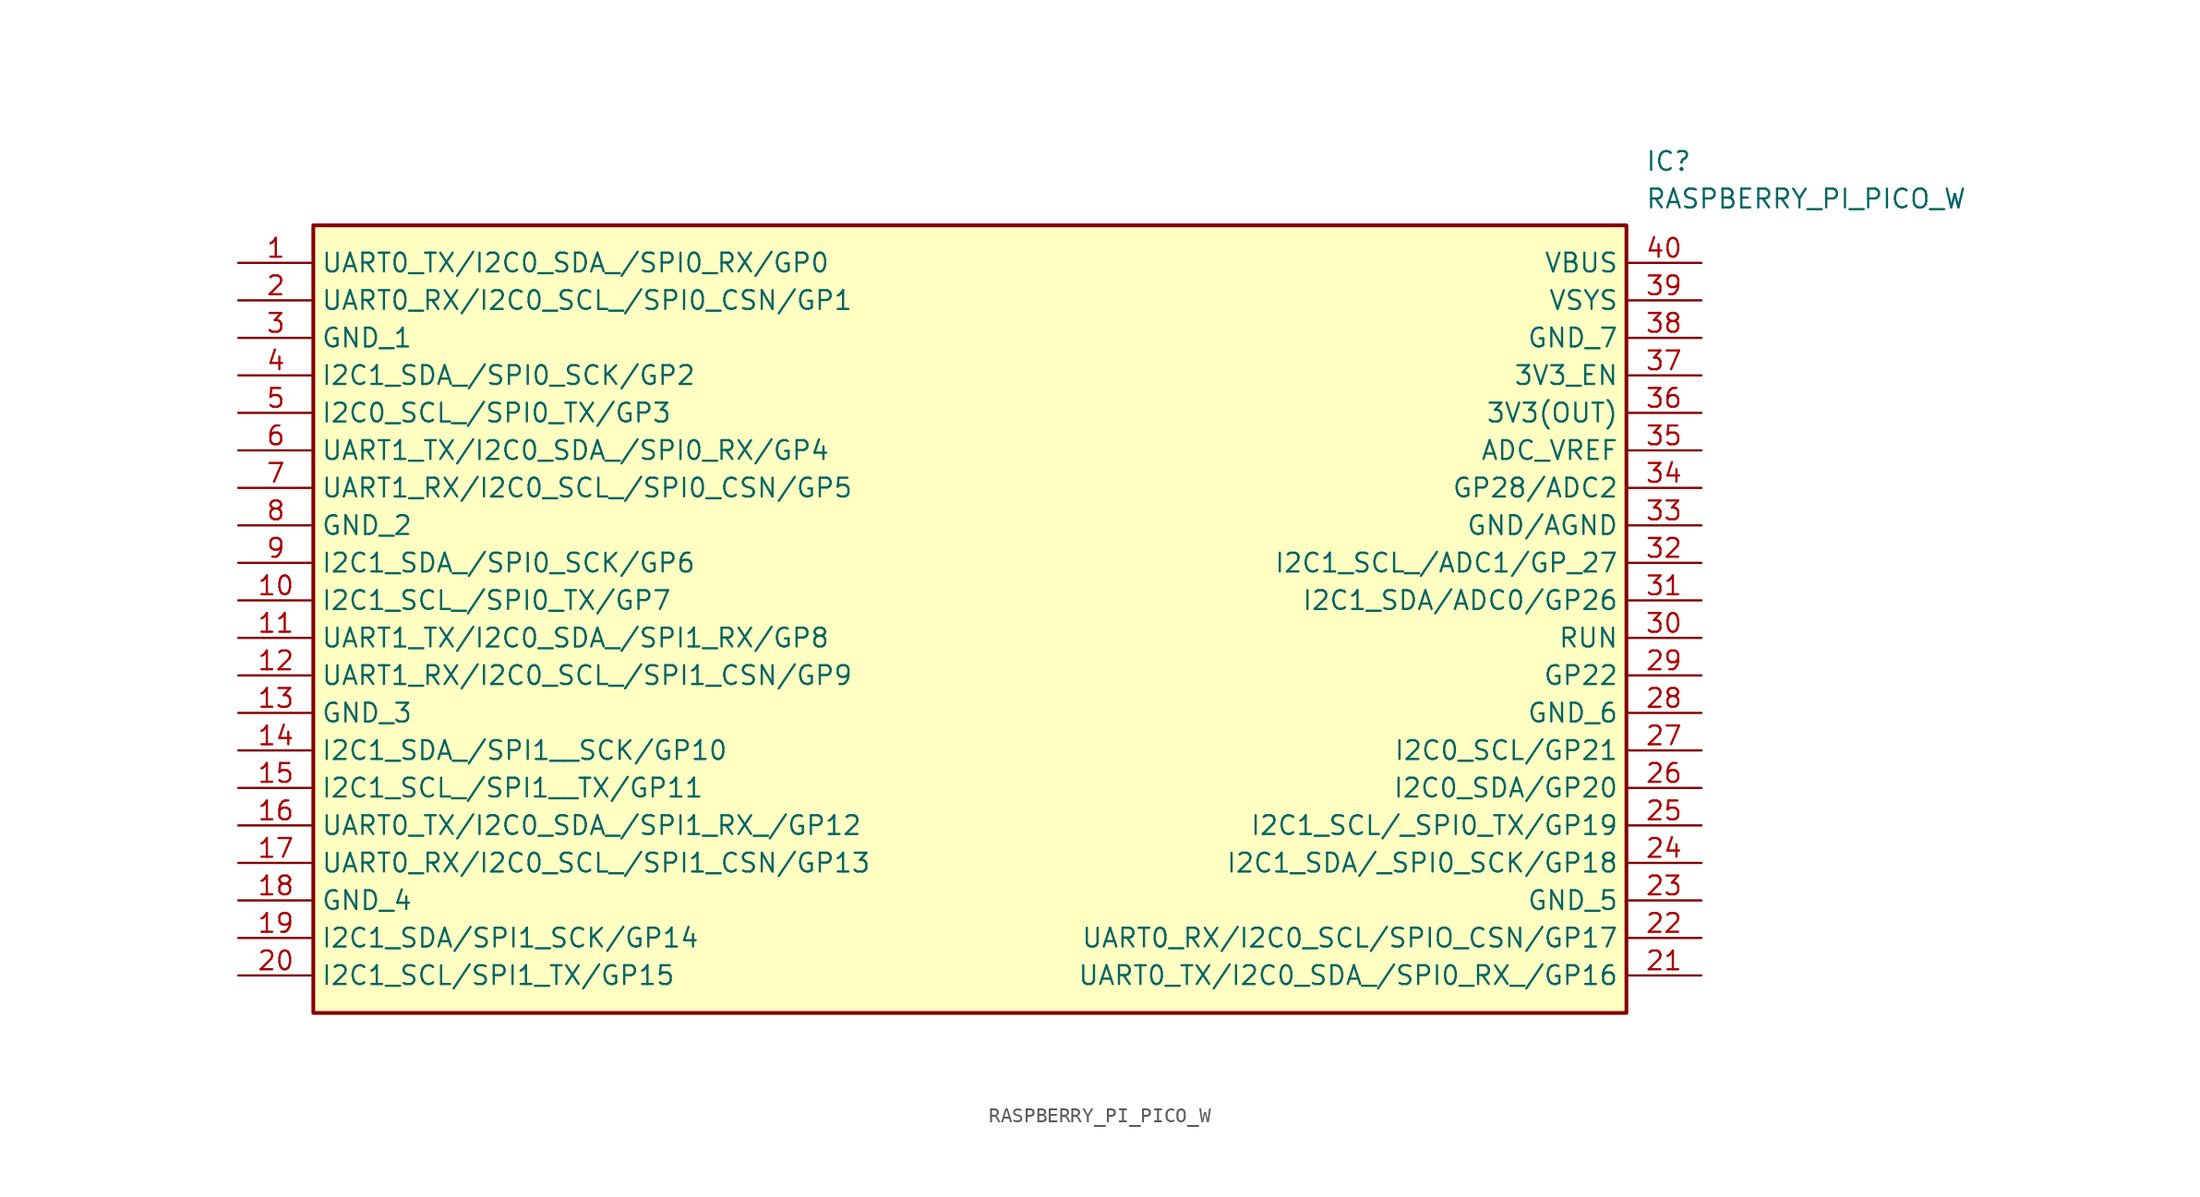
<source format=kicad_sym>
(kicad_symbol_lib
  (version 20211014)
  (generator SamacSys_ECAD_Model)
  (symbol "RASPBERRY_PI_PICO_W"
    (property "Reference" "IC"
      (at 95.25 7.62 0)
      (effects (font (size 1.27 1.27)) (justify left top)))
    (property "Value" "RASPBERRY_PI_PICO_W"
      (at 95.25 5.08 0)
      (effects (font (size 1.27 1.27)) (justify left top)))
    (rectangle
      (start 5.08 2.54)
      (end 93.98 -50.8)
      (stroke (width 0.254) (type default))
      (fill (type background)))
    (pin passive line
      (at 0 0 0)
      (length 5.08)
      (name "UART0_TX/I2C0_SDA_/SPI0_RX/GP0" (effects (font (size 1.27 1.27))))
      (number "1" (effects (font (size 1.27 1.27)))))
    (pin passive line
      (at 0 -2.54 0)
      (length 5.08)
      (name "UART0_RX/I2C0_SCL_/SPI0_CSN/GP1" (effects (font (size 1.27 1.27))))
      (number "2" (effects (font (size 1.27 1.27)))))
    (pin passive line
      (at 0 -5.08 0)
      (length 5.08)
      (name "GND_1" (effects (font (size 1.27 1.27))))
      (number "3" (effects (font (size 1.27 1.27)))))
    (pin passive line
      (at 0 -7.62 0)
      (length 5.08)
      (name "I2C1_SDA_/SPI0_SCK/GP2" (effects (font (size 1.27 1.27))))
      (number "4" (effects (font (size 1.27 1.27)))))
    (pin passive line
      (at 0 -10.16 0)
      (length 5.08)
      (name "I2C0_SCL_/SPI0_TX/GP3" (effects (font (size 1.27 1.27))))
      (number "5" (effects (font (size 1.27 1.27)))))
    (pin passive line
      (at 0 -12.7 0)
      (length 5.08)
      (name "UART1_TX/I2C0_SDA_/SPI0_RX/GP4" (effects (font (size 1.27 1.27))))
      (number "6" (effects (font (size 1.27 1.27)))))
    (pin passive line
      (at 0 -15.24 0)
      (length 5.08)
      (name "UART1_RX/I2C0_SCL_/SPI0_CSN/GP5" (effects (font (size 1.27 1.27))))
      (number "7" (effects (font (size 1.27 1.27)))))
    (pin passive line
      (at 0 -17.78 0)
      (length 5.08)
      (name "GND_2" (effects (font (size 1.27 1.27))))
      (number "8" (effects (font (size 1.27 1.27)))))
    (pin passive line
      (at 0 -20.32 0)
      (length 5.08)
      (name "I2C1_SDA_/SPI0_SCK/GP6" (effects (font (size 1.27 1.27))))
      (number "9" (effects (font (size 1.27 1.27)))))
    (pin passive line
      (at 0 -22.86 0)
      (length 5.08)
      (name "I2C1_SCL_/SPI0_TX/GP7" (effects (font (size 1.27 1.27))))
      (number "10" (effects (font (size 1.27 1.27)))))
    (pin passive line
      (at 0 -25.4 0)
      (length 5.08)
      (name "UART1_TX/I2C0_SDA_/SPI1_RX/GP8" (effects (font (size 1.27 1.27))))
      (number "11" (effects (font (size 1.27 1.27)))))
    (pin passive line
      (at 0 -27.94 0)
      (length 5.08)
      (name "UART1_RX/I2C0_SCL_/SPI1_CSN/GP9" (effects (font (size 1.27 1.27))))
      (number "12" (effects (font (size 1.27 1.27)))))
    (pin passive line
      (at 0 -30.48 0)
      (length 5.08)
      (name "GND_3" (effects (font (size 1.27 1.27))))
      (number "13" (effects (font (size 1.27 1.27)))))
    (pin passive line
      (at 0 -33.02 0)
      (length 5.08)
      (name "I2C1_SDA_/SPI1__SCK/GP10" (effects (font (size 1.27 1.27))))
      (number "14" (effects (font (size 1.27 1.27)))))
    (pin passive line
      (at 0 -35.56 0)
      (length 5.08)
      (name "I2C1_SCL_/SPI1__TX/GP11" (effects (font (size 1.27 1.27))))
      (number "15" (effects (font (size 1.27 1.27)))))
    (pin passive line
      (at 0 -38.1 0)
      (length 5.08)
      (name "UART0_TX/I2C0_SDA_/SPI1_RX_/GP12" (effects (font (size 1.27 1.27))))
      (number "16" (effects (font (size 1.27 1.27)))))
    (pin passive line
      (at 0 -40.64 0)
      (length 5.08)
      (name "UART0_RX/I2C0_SCL_/SPI1_CSN/GP13" (effects (font (size 1.27 1.27))))
      (number "17" (effects (font (size 1.27 1.27)))))
    (pin passive line
      (at 0 -43.18 0)
      (length 5.08)
      (name "GND_4" (effects (font (size 1.27 1.27))))
      (number "18" (effects (font (size 1.27 1.27)))))
    (pin passive line
      (at 0 -45.72 0)
      (length 5.08)
      (name "I2C1_SDA/SPI1_SCK/GP14" (effects (font (size 1.27 1.27))))
      (number "19" (effects (font (size 1.27 1.27)))))
    (pin passive line
      (at 0 -48.26 0)
      (length 5.08)
      (name "I2C1_SCL/SPI1_TX/GP15" (effects (font (size 1.27 1.27))))
      (number "20" (effects (font (size 1.27 1.27)))))
    (pin passive line
      (at 99.06 -48.26 180)
      (length 5.08)
      (name "UART0_TX/I2C0_SDA_/SPI0_RX_/GP16" (effects (font (size 1.27 1.27))))
      (number "21" (effects (font (size 1.27 1.27)))))
    (pin passive line
      (at 99.06 -45.72 180)
      (length 5.08)
      (name "UART0_RX/I2C0_SCL/SPIO_CSN/GP17" (effects (font (size 1.27 1.27))))
      (number "22" (effects (font (size 1.27 1.27)))))
    (pin passive line
      (at 99.06 -43.18 180)
      (length 5.08)
      (name "GND_5" (effects (font (size 1.27 1.27))))
      (number "23" (effects (font (size 1.27 1.27)))))
    (pin passive line
      (at 99.06 -40.64 180)
      (length 5.08)
      (name "I2C1_SDA/_SPI0_SCK/GP18" (effects (font (size 1.27 1.27))))
      (number "24" (effects (font (size 1.27 1.27)))))
    (pin passive line
      (at 99.06 -38.1 180)
      (length 5.08)
      (name "I2C1_SCL/_SPI0_TX/GP19" (effects (font (size 1.27 1.27))))
      (number "25" (effects (font (size 1.27 1.27)))))
    (pin passive line
      (at 99.06 -35.56 180)
      (length 5.08)
      (name "I2C0_SDA/GP20" (effects (font (size 1.27 1.27))))
      (number "26" (effects (font (size 1.27 1.27)))))
    (pin passive line
      (at 99.06 -33.02 180)
      (length 5.08)
      (name "I2C0_SCL/GP21" (effects (font (size 1.27 1.27))))
      (number "27" (effects (font (size 1.27 1.27)))))
    (pin passive line
      (at 99.06 -30.48 180)
      (length 5.08)
      (name "GND_6" (effects (font (size 1.27 1.27))))
      (number "28" (effects (font (size 1.27 1.27)))))
    (pin passive line
      (at 99.06 -27.94 180)
      (length 5.08)
      (name "GP22" (effects (font (size 1.27 1.27))))
      (number "29" (effects (font (size 1.27 1.27)))))
    (pin passive line
      (at 99.06 -25.4 180)
      (length 5.08)
      (name "RUN" (effects (font (size 1.27 1.27))))
      (number "30" (effects (font (size 1.27 1.27)))))
    (pin passive line
      (at 99.06 -22.86 180)
      (length 5.08)
      (name "I2C1_SDA/ADC0/GP26" (effects (font (size 1.27 1.27))))
      (number "31" (effects (font (size 1.27 1.27)))))
    (pin passive line
      (at 99.06 -20.32 180)
      (length 5.08)
      (name "I2C1_SCL_/ADC1/GP_27" (effects (font (size 1.27 1.27))))
      (number "32" (effects (font (size 1.27 1.27)))))
    (pin passive line
      (at 99.06 -17.78 180)
      (length 5.08)
      (name "GND/AGND" (effects (font (size 1.27 1.27))))
      (number "33" (effects (font (size 1.27 1.27)))))
    (pin passive line
      (at 99.06 -15.24 180)
      (length 5.08)
      (name "GP28/ADC2" (effects (font (size 1.27 1.27))))
      (number "34" (effects (font (size 1.27 1.27)))))
    (pin passive line
      (at 99.06 -12.7 180)
      (length 5.08)
      (name "ADC_VREF" (effects (font (size 1.27 1.27))))
      (number "35" (effects (font (size 1.27 1.27)))))
    (pin passive line
      (at 99.06 -10.16 180)
      (length 5.08)
      (name "3V3(OUT)" (effects (font (size 1.27 1.27))))
      (number "36" (effects (font (size 1.27 1.27)))))
    (pin passive line
      (at 99.06 -7.62 180)
      (length 5.08)
      (name "3V3_EN" (effects (font (size 1.27 1.27))))
      (number "37" (effects (font (size 1.27 1.27)))))
    (pin passive line
      (at 99.06 -5.08 180)
      (length 5.08)
      (name "GND_7" (effects (font (size 1.27 1.27))))
      (number "38" (effects (font (size 1.27 1.27)))))
    (pin passive line
      (at 99.06 -2.54 180)
      (length 5.08)
      (name "VSYS" (effects (font (size 1.27 1.27))))
      (number "39" (effects (font (size 1.27 1.27)))))
    (pin passive line
      (at 99.06 0 180)
      (length 5.08)
      (name "VBUS" (effects (font (size 1.27 1.27))))
      (number "40" (effects (font (size 1.27 1.27)))))))
</source>
